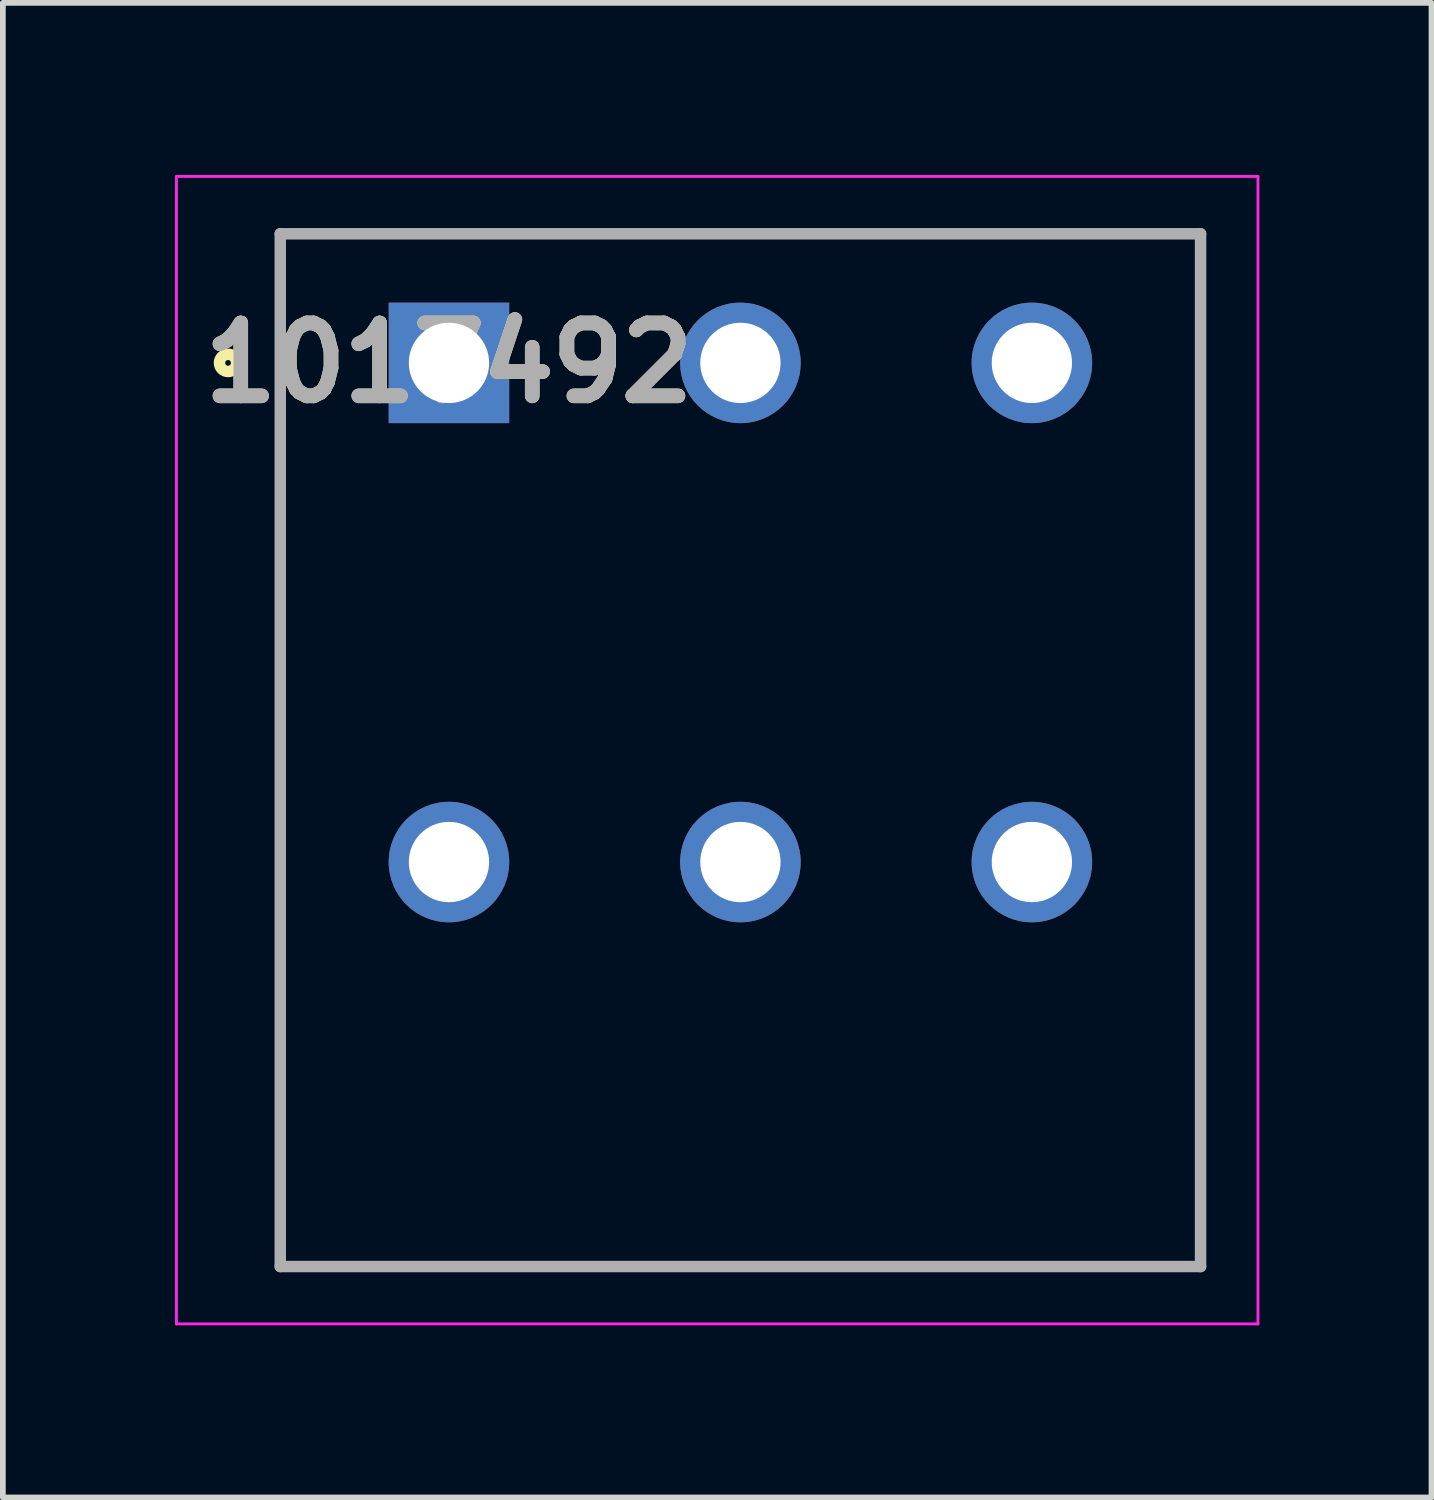
<source format=kicad_pcb>
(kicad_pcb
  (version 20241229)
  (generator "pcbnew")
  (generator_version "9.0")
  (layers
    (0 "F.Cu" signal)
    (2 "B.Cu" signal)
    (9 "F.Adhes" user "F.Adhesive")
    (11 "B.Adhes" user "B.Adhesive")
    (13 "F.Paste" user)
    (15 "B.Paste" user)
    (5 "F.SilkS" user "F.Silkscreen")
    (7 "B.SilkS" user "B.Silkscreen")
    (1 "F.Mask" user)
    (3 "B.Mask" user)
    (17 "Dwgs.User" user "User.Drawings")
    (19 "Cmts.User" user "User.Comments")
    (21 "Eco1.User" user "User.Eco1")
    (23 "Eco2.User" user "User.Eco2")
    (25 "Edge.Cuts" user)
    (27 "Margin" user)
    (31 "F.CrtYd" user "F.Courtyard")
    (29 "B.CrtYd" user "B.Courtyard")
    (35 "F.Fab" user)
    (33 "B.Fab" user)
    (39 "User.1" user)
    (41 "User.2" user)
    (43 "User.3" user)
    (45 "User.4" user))
  (footprint "1017492"
    (layer "F.Cu")
    (at 4.775 3.275)
    (property "Reference" "1017492" (at 0 0 0) (layer "F.SilkS") (effects (font (size 1.27 1.27) (thickness 0.254))))
    (attr through_hole)
    (fp_line (start -2.94 -2.25) (end 13.1 -2.25) (stroke (width 0.1) (type solid)) (layer "F.SilkS"))
    (fp_line (start -2.94 15.75) (end -2.94 -2.25) (stroke (width 0.1) (type solid)) (layer "F.SilkS"))
    (fp_line (start 13.1 -2.25) (end 13.1 15.75) (stroke (width 0.1) (type solid)) (layer "F.SilkS"))
    (fp_line (start 13.1 15.75) (end -2.94 15.75) (stroke (width 0.1) (type solid)) (layer "F.SilkS"))
    (fp_circle (center -3.85 0) (end -3.85 0.05) (stroke (width 0.2) (type solid)) (fill no) (layer "F.SilkS"))
    (fp_line (start -4.75 -3.25) (end 14.1 -3.25) (stroke (width 0.05) (type solid)) (layer "F.CrtYd"))
    (fp_line (start -4.75 16.75) (end -4.75 -3.25) (stroke (width 0.05) (type solid)) (layer "F.CrtYd"))
    (fp_line (start 14.1 -3.25) (end 14.1 16.75) (stroke (width 0.05) (type solid)) (layer "F.CrtYd"))
    (fp_line (start 14.1 16.75) (end -4.75 16.75) (stroke (width 0.05) (type solid)) (layer "F.CrtYd"))
    (fp_line (start -2.94 -2.25) (end 13.1 -2.25) (stroke (width 0.2) (type solid)) (layer "F.Fab"))
    (fp_line (start -2.94 15.75) (end -2.94 -2.25) (stroke (width 0.2) (type solid)) (layer "F.Fab"))
    (fp_line (start 13.1 -2.25) (end 13.1 15.75) (stroke (width 0.2) (type solid)) (layer "F.Fab"))
    (fp_line (start 13.1 15.75) (end -2.94 15.75) (stroke (width 0.2) (type solid)) (layer "F.Fab"))
    (fp_text user "${REFERENCE}" (at 0 0 0) (layer "F.Fab") (effects (font (size 1.27 1.27) (thickness 0.254))))
    (pad "1" thru_hole rect (at 0 0) (size 2.1 2.1) (drill 1.4) (layers "*.Cu" "*.Mask"))
    (pad "2" thru_hole circle (at 0 8.7) (size 2.1 2.1) (drill 1.4) (layers "*.Cu" "*.Mask"))
    (pad "3" thru_hole circle (at 5.08 0) (size 2.1 2.1) (drill 1.4) (layers "*.Cu" "*.Mask"))
    (pad "4" thru_hole circle (at 5.08 8.7) (size 2.1 2.1) (drill 1.4) (layers "*.Cu" "*.Mask"))
    (pad "5" thru_hole circle (at 10.16 0) (size 2.1 2.1) (drill 1.4) (layers "*.Cu" "*.Mask"))
    (pad "6" thru_hole circle (at 10.16 8.7) (size 2.1 2.1) (drill 1.4) (layers "*.Cu" "*.Mask")))
  (gr_rect
    (start -3 -3)
    (end 21.9 23.05)
    (stroke (width 0.1) (type default))
    (fill no)
    (layer "Edge.Cuts")))
</source>
